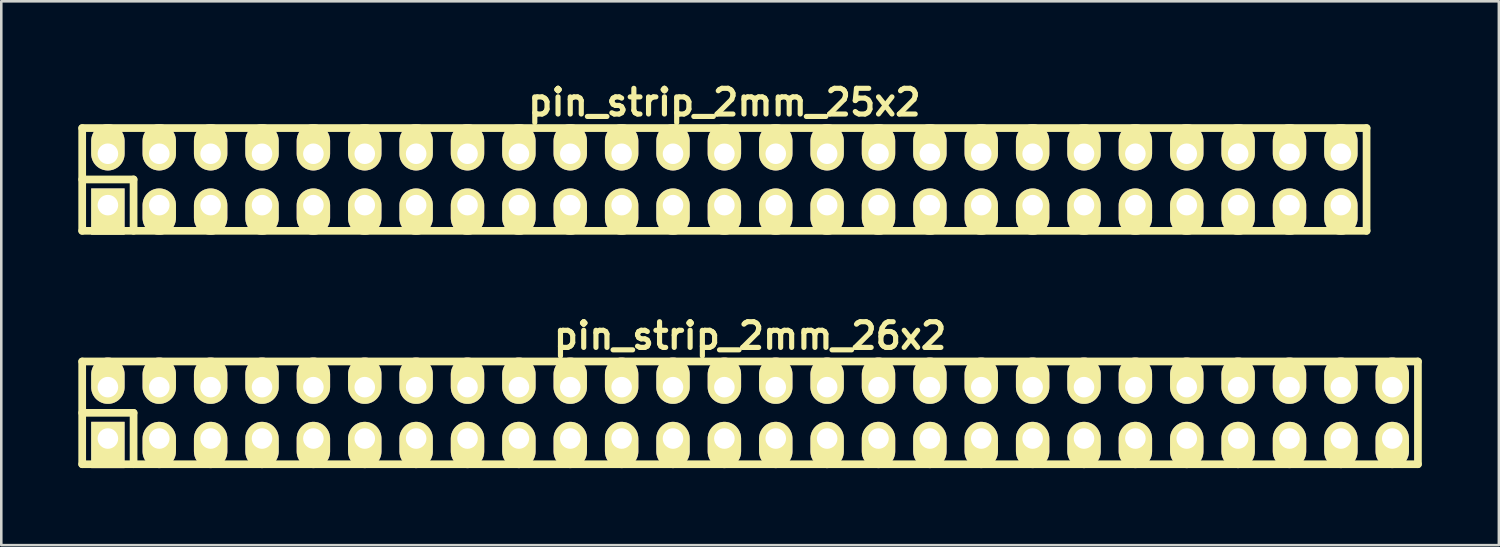
<source format=kicad_pcb>
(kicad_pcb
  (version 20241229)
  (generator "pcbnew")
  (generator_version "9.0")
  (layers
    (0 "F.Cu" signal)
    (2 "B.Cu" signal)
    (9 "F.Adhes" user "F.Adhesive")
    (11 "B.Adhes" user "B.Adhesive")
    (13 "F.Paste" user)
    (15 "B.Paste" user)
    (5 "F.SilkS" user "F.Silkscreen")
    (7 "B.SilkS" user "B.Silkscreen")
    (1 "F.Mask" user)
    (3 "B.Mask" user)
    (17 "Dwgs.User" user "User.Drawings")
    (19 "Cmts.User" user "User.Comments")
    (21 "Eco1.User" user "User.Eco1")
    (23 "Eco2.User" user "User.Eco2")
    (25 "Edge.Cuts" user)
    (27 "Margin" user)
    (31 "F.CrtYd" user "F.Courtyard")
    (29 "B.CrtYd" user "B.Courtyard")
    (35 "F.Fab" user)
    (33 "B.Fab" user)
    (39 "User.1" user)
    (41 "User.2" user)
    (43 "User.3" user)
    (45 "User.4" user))
  (footprint "pin_strip_2mm_26x2"
    (layer "F.Cu")
    (at 26.15 13.022)
    (property "Reference" "pin_strip_2mm_26x2" (at 0 -3 0) (layer "F.SilkS") (effects (font (size 1 1) (thickness 0.2))))
    (attr through_hole)
    (fp_line (start -26 -2) (end 26 -2) (stroke (width 0.3) (type solid)) (layer "F.SilkS"))
    (fp_line (start -26 0) (end -24 0) (stroke (width 0.3) (type solid)) (layer "F.SilkS"))
    (fp_line (start -26 2) (end -26 -2) (stroke (width 0.3) (type solid)) (layer "F.SilkS"))
    (fp_line (start -24 0) (end -24 2) (stroke (width 0.3) (type solid)) (layer "F.SilkS"))
    (fp_line (start 26 -2) (end 26 2) (stroke (width 0.3) (type solid)) (layer "F.SilkS"))
    (fp_line (start 26 2) (end -26 2) (stroke (width 0.3) (type solid)) (layer "F.SilkS"))
    (pad "1" thru_hole rect (at -25 1) (size 1.3 1.8) (drill 0.8 (offset 0 0.25)) (layers "*.Cu" "*.Mask" "F.SilkS"))
    (pad "2" thru_hole oval (at -25 -1) (size 1.3 1.8) (drill 0.8 (offset 0 -0.25)) (layers "*.Cu" "*.Mask" "F.SilkS"))
    (pad "3" thru_hole oval (at -23 1) (size 1.3 1.8) (drill 0.8 (offset 0 0.25)) (layers "*.Cu" "*.Mask" "F.SilkS"))
    (pad "4" thru_hole oval (at -23 -1) (size 1.3 1.8) (drill 0.8 (offset 0 -0.25)) (layers "*.Cu" "*.Mask" "F.SilkS"))
    (pad "5" thru_hole oval (at -21 1) (size 1.3 1.8) (drill 0.8 (offset 0 0.25)) (layers "*.Cu" "*.Mask" "F.SilkS"))
    (pad "6" thru_hole oval (at -21 -1) (size 1.3 1.8) (drill 0.8 (offset 0 -0.25)) (layers "*.Cu" "*.Mask" "F.SilkS"))
    (pad "7" thru_hole oval (at -19 1) (size 1.3 1.8) (drill 0.8 (offset 0 0.25)) (layers "*.Cu" "*.Mask" "F.SilkS"))
    (pad "8" thru_hole oval (at -19 -1) (size 1.3 1.8) (drill 0.8 (offset 0 -0.25)) (layers "*.Cu" "*.Mask" "F.SilkS"))
    (pad "9" thru_hole oval (at -17 1) (size 1.3 1.8) (drill 0.8 (offset 0 0.25)) (layers "*.Cu" "*.Mask" "F.SilkS"))
    (pad "10" thru_hole oval (at -17 -1) (size 1.3 1.8) (drill 0.8 (offset 0 -0.25)) (layers "*.Cu" "*.Mask" "F.SilkS"))
    (pad "11" thru_hole oval (at -15 1) (size 1.3 1.8) (drill 0.8 (offset 0 0.25)) (layers "*.Cu" "*.Mask" "F.SilkS"))
    (pad "12" thru_hole oval (at -15 -1) (size 1.3 1.8) (drill 0.8 (offset 0 -0.25)) (layers "*.Cu" "*.Mask" "F.SilkS"))
    (pad "13" thru_hole oval (at -13 1) (size 1.3 1.8) (drill 0.8 (offset 0 0.25)) (layers "*.Cu" "*.Mask" "F.SilkS"))
    (pad "14" thru_hole oval (at -13 -1) (size 1.3 1.8) (drill 0.8 (offset 0 -0.25)) (layers "*.Cu" "*.Mask" "F.SilkS"))
    (pad "15" thru_hole oval (at -11 1) (size 1.3 1.8) (drill 0.8 (offset 0 0.25)) (layers "*.Cu" "*.Mask" "F.SilkS"))
    (pad "16" thru_hole oval (at -11 -1) (size 1.3 1.8) (drill 0.8 (offset 0 -0.25)) (layers "*.Cu" "*.Mask" "F.SilkS"))
    (pad "17" thru_hole oval (at -9 1) (size 1.3 1.8) (drill 0.8 (offset 0 0.25)) (layers "*.Cu" "*.Mask" "F.SilkS"))
    (pad "18" thru_hole oval (at -9 -1) (size 1.3 1.8) (drill 0.8 (offset 0 -0.25)) (layers "*.Cu" "*.Mask" "F.SilkS"))
    (pad "19" thru_hole oval (at -7 1) (size 1.3 1.8) (drill 0.8 (offset 0 0.25)) (layers "*.Cu" "*.Mask" "F.SilkS"))
    (pad "20" thru_hole oval (at -7 -1) (size 1.3 1.8) (drill 0.8 (offset 0 -0.25)) (layers "*.Cu" "*.Mask" "F.SilkS"))
    (pad "21" thru_hole oval (at -5 1) (size 1.3 1.8) (drill 0.8 (offset 0 0.25)) (layers "*.Cu" "*.Mask" "F.SilkS"))
    (pad "22" thru_hole oval (at -5 -1) (size 1.3 1.8) (drill 0.8 (offset 0 -0.25)) (layers "*.Cu" "*.Mask" "F.SilkS"))
    (pad "23" thru_hole oval (at -3 1) (size 1.3 1.8) (drill 0.8 (offset 0 0.25)) (layers "*.Cu" "*.Mask" "F.SilkS"))
    (pad "24" thru_hole oval (at -3 -1) (size 1.3 1.8) (drill 0.8 (offset 0 -0.25)) (layers "*.Cu" "*.Mask" "F.SilkS"))
    (pad "25" thru_hole oval (at -1 1) (size 1.3 1.8) (drill 0.8 (offset 0 0.25)) (layers "*.Cu" "*.Mask" "F.SilkS"))
    (pad "26" thru_hole oval (at -1 -1) (size 1.3 1.8) (drill 0.8 (offset 0 -0.25)) (layers "*.Cu" "*.Mask" "F.SilkS"))
    (pad "27" thru_hole oval (at 1 1) (size 1.3 1.8) (drill 0.8 (offset 0 0.25)) (layers "*.Cu" "*.Mask" "F.SilkS"))
    (pad "28" thru_hole oval (at 1 -1) (size 1.3 1.8) (drill 0.8 (offset 0 -0.25)) (layers "*.Cu" "*.Mask" "F.SilkS"))
    (pad "29" thru_hole oval (at 3 1) (size 1.3 1.8) (drill 0.8 (offset 0 0.25)) (layers "*.Cu" "*.Mask" "F.SilkS"))
    (pad "30" thru_hole oval (at 3 -1) (size 1.3 1.8) (drill 0.8 (offset 0 -0.25)) (layers "*.Cu" "*.Mask" "F.SilkS"))
    (pad "31" thru_hole oval (at 5 1) (size 1.3 1.8) (drill 0.8 (offset 0 0.25)) (layers "*.Cu" "*.Mask" "F.SilkS"))
    (pad "32" thru_hole oval (at 5 -1) (size 1.3 1.8) (drill 0.8 (offset 0 -0.25)) (layers "*.Cu" "*.Mask" "F.SilkS"))
    (pad "33" thru_hole oval (at 7 1) (size 1.3 1.8) (drill 0.8 (offset 0 0.25)) (layers "*.Cu" "*.Mask" "F.SilkS"))
    (pad "34" thru_hole oval (at 7 -1) (size 1.3 1.8) (drill 0.8 (offset 0 -0.25)) (layers "*.Cu" "*.Mask" "F.SilkS"))
    (pad "35" thru_hole oval (at 9 1) (size 1.3 1.8) (drill 0.8 (offset 0 0.25)) (layers "*.Cu" "*.Mask" "F.SilkS"))
    (pad "36" thru_hole oval (at 9 -1) (size 1.3 1.8) (drill 0.8 (offset 0 -0.25)) (layers "*.Cu" "*.Mask" "F.SilkS"))
    (pad "37" thru_hole oval (at 11 1) (size 1.3 1.8) (drill 0.8 (offset 0 0.25)) (layers "*.Cu" "*.Mask" "F.SilkS"))
    (pad "38" thru_hole oval (at 11 -1) (size 1.3 1.8) (drill 0.8 (offset 0 -0.25)) (layers "*.Cu" "*.Mask" "F.SilkS"))
    (pad "39" thru_hole oval (at 13 1) (size 1.3 1.8) (drill 0.8 (offset 0 0.25)) (layers "*.Cu" "*.Mask" "F.SilkS"))
    (pad "40" thru_hole oval (at 13 -1) (size 1.3 1.8) (drill 0.8 (offset 0 -0.25)) (layers "*.Cu" "*.Mask" "F.SilkS"))
    (pad "41" thru_hole oval (at 15 1) (size 1.3 1.8) (drill 0.8 (offset 0 0.25)) (layers "*.Cu" "*.Mask" "F.SilkS"))
    (pad "42" thru_hole oval (at 15 -1) (size 1.3 1.8) (drill 0.8 (offset 0 -0.25)) (layers "*.Cu" "*.Mask" "F.SilkS"))
    (pad "43" thru_hole oval (at 17 1) (size 1.3 1.8) (drill 0.8 (offset 0 0.25)) (layers "*.Cu" "*.Mask" "F.SilkS"))
    (pad "44" thru_hole oval (at 17 -1) (size 1.3 1.8) (drill 0.8 (offset 0 -0.25)) (layers "*.Cu" "*.Mask" "F.SilkS"))
    (pad "45" thru_hole oval (at 19 1) (size 1.3 1.8) (drill 0.8 (offset 0 0.25)) (layers "*.Cu" "*.Mask" "F.SilkS"))
    (pad "46" thru_hole oval (at 19 -1) (size 1.3 1.8) (drill 0.8 (offset 0 -0.25)) (layers "*.Cu" "*.Mask" "F.SilkS"))
    (pad "47" thru_hole oval (at 21 1) (size 1.3 1.8) (drill 0.8 (offset 0 0.25)) (layers "*.Cu" "*.Mask" "F.SilkS"))
    (pad "48" thru_hole oval (at 21 -1) (size 1.3 1.8) (drill 0.8 (offset 0 -0.25)) (layers "*.Cu" "*.Mask" "F.SilkS"))
    (pad "49" thru_hole oval (at 23 1) (size 1.3 1.8) (drill 0.8 (offset 0 0.25)) (layers "*.Cu" "*.Mask" "F.SilkS"))
    (pad "50" thru_hole oval (at 23 -1) (size 1.3 1.8) (drill 0.8 (offset 0 -0.25)) (layers "*.Cu" "*.Mask" "F.SilkS"))
    (pad "51" thru_hole oval (at 25 1) (size 1.3 1.8) (drill 0.8 (offset 0 0.25)) (layers "*.Cu" "*.Mask" "F.SilkS"))
    (pad "52" thru_hole oval (at 25 -1) (size 1.3 1.8) (drill 0.8 (offset 0 -0.25)) (layers "*.Cu" "*.Mask" "F.SilkS")))
  (footprint "pin_strip_2mm_25x2"
    (layer "F.Cu")
    (at 25.15 3.936)
    (property "Reference" "pin_strip_2mm_25x2" (at 0 -3 0) (layer "F.SilkS") (effects (font (size 1 1) (thickness 0.2))))
    (attr through_hole)
    (fp_line (start -25 -2) (end 25 -2) (stroke (width 0.3) (type solid)) (layer "F.SilkS"))
    (fp_line (start -25 0) (end -23 0) (stroke (width 0.3) (type solid)) (layer "F.SilkS"))
    (fp_line (start -25 2) (end -25 -2) (stroke (width 0.3) (type solid)) (layer "F.SilkS"))
    (fp_line (start -23 0) (end -23 2) (stroke (width 0.3) (type solid)) (layer "F.SilkS"))
    (fp_line (start 25 -2) (end 25 2) (stroke (width 0.3) (type solid)) (layer "F.SilkS"))
    (fp_line (start 25 2) (end -25 2) (stroke (width 0.3) (type solid)) (layer "F.SilkS"))
    (pad "1" thru_hole rect (at -24 1) (size 1.3 1.8) (drill 0.8 (offset 0 0.25)) (layers "*.Cu" "*.Mask" "F.SilkS"))
    (pad "2" thru_hole oval (at -24 -1) (size 1.3 1.8) (drill 0.8 (offset 0 -0.25)) (layers "*.Cu" "*.Mask" "F.SilkS"))
    (pad "3" thru_hole oval (at -22 1) (size 1.3 1.8) (drill 0.8 (offset 0 0.25)) (layers "*.Cu" "*.Mask" "F.SilkS"))
    (pad "4" thru_hole oval (at -22 -1) (size 1.3 1.8) (drill 0.8 (offset 0 -0.25)) (layers "*.Cu" "*.Mask" "F.SilkS"))
    (pad "5" thru_hole oval (at -20 1) (size 1.3 1.8) (drill 0.8 (offset 0 0.25)) (layers "*.Cu" "*.Mask" "F.SilkS"))
    (pad "6" thru_hole oval (at -20 -1) (size 1.3 1.8) (drill 0.8 (offset 0 -0.25)) (layers "*.Cu" "*.Mask" "F.SilkS"))
    (pad "7" thru_hole oval (at -18 1) (size 1.3 1.8) (drill 0.8 (offset 0 0.25)) (layers "*.Cu" "*.Mask" "F.SilkS"))
    (pad "8" thru_hole oval (at -18 -1) (size 1.3 1.8) (drill 0.8 (offset 0 -0.25)) (layers "*.Cu" "*.Mask" "F.SilkS"))
    (pad "9" thru_hole oval (at -16 1) (size 1.3 1.8) (drill 0.8 (offset 0 0.25)) (layers "*.Cu" "*.Mask" "F.SilkS"))
    (pad "10" thru_hole oval (at -16 -1) (size 1.3 1.8) (drill 0.8 (offset 0 -0.25)) (layers "*.Cu" "*.Mask" "F.SilkS"))
    (pad "11" thru_hole oval (at -14 1) (size 1.3 1.8) (drill 0.8 (offset 0 0.25)) (layers "*.Cu" "*.Mask" "F.SilkS"))
    (pad "12" thru_hole oval (at -14 -1) (size 1.3 1.8) (drill 0.8 (offset 0 -0.25)) (layers "*.Cu" "*.Mask" "F.SilkS"))
    (pad "13" thru_hole oval (at -12 1) (size 1.3 1.8) (drill 0.8 (offset 0 0.25)) (layers "*.Cu" "*.Mask" "F.SilkS"))
    (pad "14" thru_hole oval (at -12 -1) (size 1.3 1.8) (drill 0.8 (offset 0 -0.25)) (layers "*.Cu" "*.Mask" "F.SilkS"))
    (pad "15" thru_hole oval (at -10 1) (size 1.3 1.8) (drill 0.8 (offset 0 0.25)) (layers "*.Cu" "*.Mask" "F.SilkS"))
    (pad "16" thru_hole oval (at -10 -1) (size 1.3 1.8) (drill 0.8 (offset 0 -0.25)) (layers "*.Cu" "*.Mask" "F.SilkS"))
    (pad "17" thru_hole oval (at -8 1) (size 1.3 1.8) (drill 0.8 (offset 0 0.25)) (layers "*.Cu" "*.Mask" "F.SilkS"))
    (pad "18" thru_hole oval (at -8 -1) (size 1.3 1.8) (drill 0.8 (offset 0 -0.25)) (layers "*.Cu" "*.Mask" "F.SilkS"))
    (pad "19" thru_hole oval (at -6 1) (size 1.3 1.8) (drill 0.8 (offset 0 0.25)) (layers "*.Cu" "*.Mask" "F.SilkS"))
    (pad "20" thru_hole oval (at -6 -1) (size 1.3 1.8) (drill 0.8 (offset 0 -0.25)) (layers "*.Cu" "*.Mask" "F.SilkS"))
    (pad "21" thru_hole oval (at -4 1) (size 1.3 1.8) (drill 0.8 (offset 0 0.25)) (layers "*.Cu" "*.Mask" "F.SilkS"))
    (pad "22" thru_hole oval (at -4 -1) (size 1.3 1.8) (drill 0.8 (offset 0 -0.25)) (layers "*.Cu" "*.Mask" "F.SilkS"))
    (pad "23" thru_hole oval (at -2 1) (size 1.3 1.8) (drill 0.8 (offset 0 0.25)) (layers "*.Cu" "*.Mask" "F.SilkS"))
    (pad "24" thru_hole oval (at -2 -1) (size 1.3 1.8) (drill 0.8 (offset 0 -0.25)) (layers "*.Cu" "*.Mask" "F.SilkS"))
    (pad "25" thru_hole oval (at 0 1) (size 1.3 1.8) (drill 0.8 (offset 0 0.25)) (layers "*.Cu" "*.Mask" "F.SilkS"))
    (pad "26" thru_hole oval (at 0 -1) (size 1.3 1.8) (drill 0.8 (offset 0 -0.25)) (layers "*.Cu" "*.Mask" "F.SilkS"))
    (pad "27" thru_hole oval (at 2 1) (size 1.3 1.8) (drill 0.8 (offset 0 0.25)) (layers "*.Cu" "*.Mask" "F.SilkS"))
    (pad "28" thru_hole oval (at 2 -1) (size 1.3 1.8) (drill 0.8 (offset 0 -0.25)) (layers "*.Cu" "*.Mask" "F.SilkS"))
    (pad "29" thru_hole oval (at 4 1) (size 1.3 1.8) (drill 0.8 (offset 0 0.25)) (layers "*.Cu" "*.Mask" "F.SilkS"))
    (pad "30" thru_hole oval (at 4 -1) (size 1.3 1.8) (drill 0.8 (offset 0 -0.25)) (layers "*.Cu" "*.Mask" "F.SilkS"))
    (pad "31" thru_hole oval (at 6 1) (size 1.3 1.8) (drill 0.8 (offset 0 0.25)) (layers "*.Cu" "*.Mask" "F.SilkS"))
    (pad "32" thru_hole oval (at 6 -1) (size 1.3 1.8) (drill 0.8 (offset 0 -0.25)) (layers "*.Cu" "*.Mask" "F.SilkS"))
    (pad "33" thru_hole oval (at 8 1) (size 1.3 1.8) (drill 0.8 (offset 0 0.25)) (layers "*.Cu" "*.Mask" "F.SilkS"))
    (pad "34" thru_hole oval (at 8 -1) (size 1.3 1.8) (drill 0.8 (offset 0 -0.25)) (layers "*.Cu" "*.Mask" "F.SilkS"))
    (pad "35" thru_hole oval (at 10 1) (size 1.3 1.8) (drill 0.8 (offset 0 0.25)) (layers "*.Cu" "*.Mask" "F.SilkS"))
    (pad "36" thru_hole oval (at 10 -1) (size 1.3 1.8) (drill 0.8 (offset 0 -0.25)) (layers "*.Cu" "*.Mask" "F.SilkS"))
    (pad "37" thru_hole oval (at 12 1) (size 1.3 1.8) (drill 0.8 (offset 0 0.25)) (layers "*.Cu" "*.Mask" "F.SilkS"))
    (pad "38" thru_hole oval (at 12 -1) (size 1.3 1.8) (drill 0.8 (offset 0 -0.25)) (layers "*.Cu" "*.Mask" "F.SilkS"))
    (pad "39" thru_hole oval (at 14 1) (size 1.3 1.8) (drill 0.8 (offset 0 0.25)) (layers "*.Cu" "*.Mask" "F.SilkS"))
    (pad "40" thru_hole oval (at 14 -1) (size 1.3 1.8) (drill 0.8 (offset 0 -0.25)) (layers "*.Cu" "*.Mask" "F.SilkS"))
    (pad "41" thru_hole oval (at 16 1) (size 1.3 1.8) (drill 0.8 (offset 0 0.25)) (layers "*.Cu" "*.Mask" "F.SilkS"))
    (pad "42" thru_hole oval (at 16 -1) (size 1.3 1.8) (drill 0.8 (offset 0 -0.25)) (layers "*.Cu" "*.Mask" "F.SilkS"))
    (pad "43" thru_hole oval (at 18 1) (size 1.3 1.8) (drill 0.8 (offset 0 0.25)) (layers "*.Cu" "*.Mask" "F.SilkS"))
    (pad "44" thru_hole oval (at 18 -1) (size 1.3 1.8) (drill 0.8 (offset 0 -0.25)) (layers "*.Cu" "*.Mask" "F.SilkS"))
    (pad "45" thru_hole oval (at 20 1) (size 1.3 1.8) (drill 0.8 (offset 0 0.25)) (layers "*.Cu" "*.Mask" "F.SilkS"))
    (pad "46" thru_hole oval (at 20 -1) (size 1.3 1.8) (drill 0.8 (offset 0 -0.25)) (layers "*.Cu" "*.Mask" "F.SilkS"))
    (pad "47" thru_hole oval (at 22 1) (size 1.3 1.8) (drill 0.8 (offset 0 0.25)) (layers "*.Cu" "*.Mask" "F.SilkS"))
    (pad "48" thru_hole oval (at 22 -1) (size 1.3 1.8) (drill 0.8 (offset 0 -0.25)) (layers "*.Cu" "*.Mask" "F.SilkS"))
    (pad "49" thru_hole oval (at 24 1) (size 1.3 1.8) (drill 0.8 (offset 0 0.25)) (layers "*.Cu" "*.Mask" "F.SilkS"))
    (pad "50" thru_hole oval (at 24 -1) (size 1.3 1.8) (drill 0.8 (offset 0 -0.25)) (layers "*.Cu" "*.Mask" "F.SilkS")))
  (gr_rect
    (start -3 -3)
    (end 55.3 18.172)
    (stroke (width 0.1) (type default))
    (fill no)
    (layer "Edge.Cuts")))
</source>
